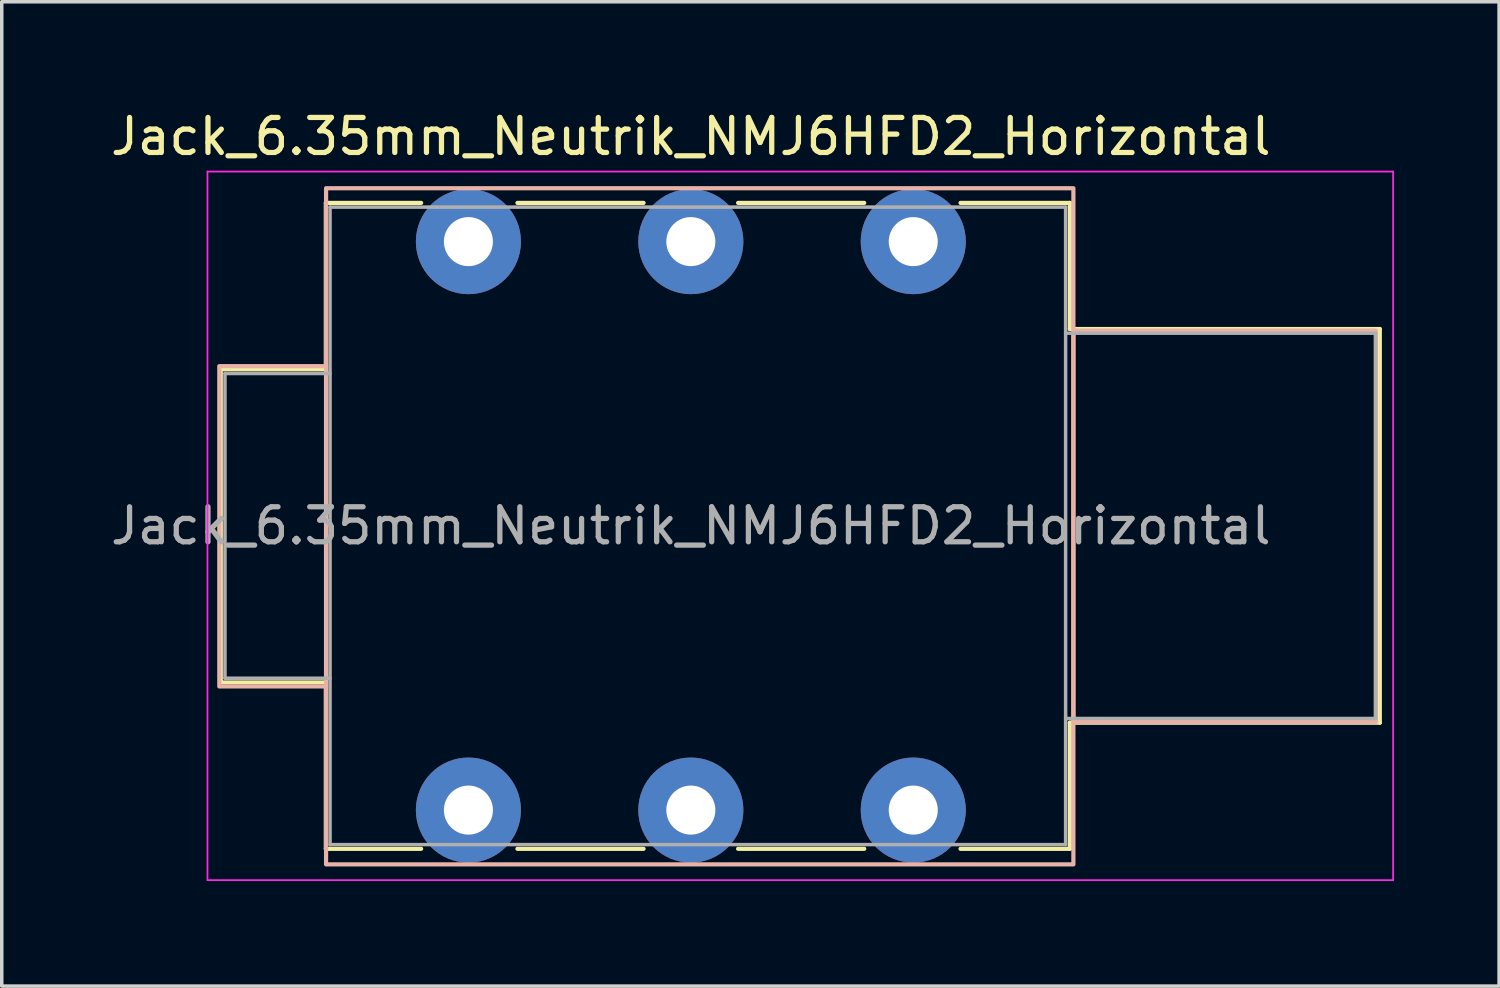
<source format=kicad_pcb>
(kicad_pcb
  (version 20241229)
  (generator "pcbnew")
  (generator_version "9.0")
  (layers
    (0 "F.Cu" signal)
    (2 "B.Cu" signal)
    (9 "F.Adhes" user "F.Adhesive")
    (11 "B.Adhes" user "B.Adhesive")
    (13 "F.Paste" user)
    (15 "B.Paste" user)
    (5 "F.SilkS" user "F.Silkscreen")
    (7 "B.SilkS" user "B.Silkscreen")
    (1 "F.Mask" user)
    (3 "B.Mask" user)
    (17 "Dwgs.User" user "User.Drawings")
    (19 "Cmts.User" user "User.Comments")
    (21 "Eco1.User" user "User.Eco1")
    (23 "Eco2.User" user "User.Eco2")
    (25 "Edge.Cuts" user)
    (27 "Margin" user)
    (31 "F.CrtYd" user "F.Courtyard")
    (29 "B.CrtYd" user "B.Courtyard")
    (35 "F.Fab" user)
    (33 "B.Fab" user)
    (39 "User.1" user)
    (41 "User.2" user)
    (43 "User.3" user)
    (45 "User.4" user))
  (footprint "Jack_6.35mm_Neutrik_NMJ6HFD2_Horizontal"
    (layer "F.Cu")
    (at 10.323 3.848)
    (property "Reference" "Jack_6.35mm_Neutrik_NMJ6HFD2_Horizontal" (at 6.35 -3 0) (layer "F.SilkS") (effects (font (size 1 1) (thickness 0.15))))
    (attr through_hole)
    (fp_line (start -7.07 3.645) (end -4.07 3.645) (stroke (width 0.12) (type solid)) (layer "F.SilkS"))
    (fp_line (start -7.07 12.545) (end -7.07 3.645) (stroke (width 0.12) (type solid)) (layer "F.SilkS"))
    (fp_line (start -7.07 12.585) (end -4.07 12.585) (stroke (width 0.12) (type solid)) (layer "F.SilkS"))
    (fp_line (start -4.07 -1.105) (end -1.35 -1.105) (stroke (width 0.12) (type solid)) (layer "F.SilkS"))
    (fp_line (start -4.07 3.645) (end -4.07 -1.105) (stroke (width 0.12) (type solid)) (layer "F.SilkS"))
    (fp_line (start -4.07 17.335) (end -4.07 12.585) (stroke (width 0.12) (type solid)) (layer "F.SilkS"))
    (fp_line (start -1.35 17.335) (end -4.07 17.335) (stroke (width 0.12) (type solid)) (layer "F.SilkS"))
    (fp_line (start 1.4 -1.105) (end 5 -1.105) (stroke (width 0.12) (type solid)) (layer "F.SilkS"))
    (fp_line (start 5 17.335) (end 1.4 17.335) (stroke (width 0.12) (type solid)) (layer "F.SilkS"))
    (fp_line (start 7.7 -1.105) (end 11.3 -1.105) (stroke (width 0.12) (type solid)) (layer "F.SilkS"))
    (fp_line (start 11.3 17.335) (end 7.7 17.335) (stroke (width 0.12) (type solid)) (layer "F.SilkS"))
    (fp_line (start 17.17 -1.105) (end 14.05 -1.105) (stroke (width 0.12) (type solid)) (layer "F.SilkS"))
    (fp_line (start 17.17 2.495) (end 17.17 -1.105) (stroke (width 0.12) (type solid)) (layer "F.SilkS"))
    (fp_line (start 17.17 2.495) (end 26.02 2.495) (stroke (width 0.12) (type solid)) (layer "F.SilkS"))
    (fp_line (start 17.17 13.735) (end 26.02 13.735) (stroke (width 0.12) (type solid)) (layer "F.SilkS"))
    (fp_line (start 17.17 17.335) (end 14.05 17.335) (stroke (width 0.12) (type solid)) (layer "F.SilkS"))
    (fp_line (start 17.17 17.335) (end 17.17 13.735) (stroke (width 0.12) (type solid)) (layer "F.SilkS"))
    (fp_line (start 26.02 13.735) (end 26.02 2.495) (stroke (width 0.12) (type solid)) (layer "F.SilkS"))
    (fp_rect (start -4.064 -1.524) (end 17.272 17.78) (stroke (width 0.12) (type solid)) (fill no) (layer "B.SilkS"))
    (fp_rect (start -4.064 3.556) (end -7.112 12.7) (stroke (width 0.12) (type solid)) (fill no) (layer "B.SilkS"))
    (fp_rect (start 17.272 2.54) (end 25.908 13.716) (stroke (width 0.12) (type solid)) (fill no) (layer "B.SilkS"))
    (fp_line (start -7.45 18.23) (end -7.45 -2) (stroke (width 0.05) (type solid)) (layer "F.CrtYd"))
    (fp_line (start -7.45 18.23) (end 26.4 18.23) (stroke (width 0.05) (type solid)) (layer "F.CrtYd"))
    (fp_line (start 26.4 -2) (end -7.45 -2) (stroke (width 0.05) (type solid)) (layer "F.CrtYd"))
    (fp_line (start 26.4 18.23) (end 26.4 -2) (stroke (width 0.05) (type solid)) (layer "F.CrtYd"))
    (fp_line (start -6.95 3.765) (end -3.95 3.765) (stroke (width 0.1) (type solid)) (layer "F.Fab"))
    (fp_line (start -6.95 12.465) (end -6.95 3.765) (stroke (width 0.1) (type solid)) (layer "F.Fab"))
    (fp_line (start -6.95 12.465) (end -3.95 12.465) (stroke (width 0.1) (type solid)) (layer "F.Fab"))
    (fp_line (start -3.95 17.215) (end -3.95 -0.985) (stroke (width 0.1) (type solid)) (layer "F.Fab"))
    (fp_line (start 17.05 -0.985) (end -3.95 -0.985) (stroke (width 0.1) (type solid)) (layer "F.Fab"))
    (fp_line (start 17.05 17.215) (end -3.95 17.215) (stroke (width 0.1) (type solid)) (layer "F.Fab"))
    (fp_line (start 17.05 17.215) (end 17.05 -0.985) (stroke (width 0.1) (type solid)) (layer "F.Fab"))
    (fp_line (start 25.9 2.615) (end 17.05 2.615) (stroke (width 0.1) (type solid)) (layer "F.Fab"))
    (fp_line (start 25.9 13.615) (end 17.05 13.615) (stroke (width 0.1) (type solid)) (layer "F.Fab"))
    (fp_line (start 25.9 13.615) (end 25.9 2.615) (stroke (width 0.1) (type solid)) (layer "F.Fab"))
    (fp_text user "${REFERENCE}" (at 6.35 8.115 0) (layer "F.Fab") (effects (font (size 1 1) (thickness 0.15))))
    (pad "R" thru_hole circle (at 6.35 0) (size 3 3) (drill 1.4) (layers "*.Cu" "*.Mask"))
    (pad "RN" thru_hole circle (at 6.35 16.23) (size 3 3) (drill 1.4) (layers "*.Cu" "*.Mask"))
    (pad "S" thru_hole circle (at 12.7 0) (size 3 3) (drill 1.4) (layers "*.Cu" "*.Mask"))
    (pad "SN" thru_hole circle (at 12.7 16.23) (size 3 3) (drill 1.4) (layers "*.Cu" "*.Mask"))
    (pad "T" thru_hole circle (at 0 0) (size 3 3) (drill 1.4) (layers "*.Cu" "*.Mask"))
    (pad "TN" thru_hole circle (at 0 16.23) (size 3 3) (drill 1.4) (layers "*.Cu" "*.Mask")))
  (gr_rect
    (start -3 -3)
    (end 39.748 25.103)
    (stroke (width 0.1) (type default))
    (fill no)
    (layer "Edge.Cuts")))
</source>
